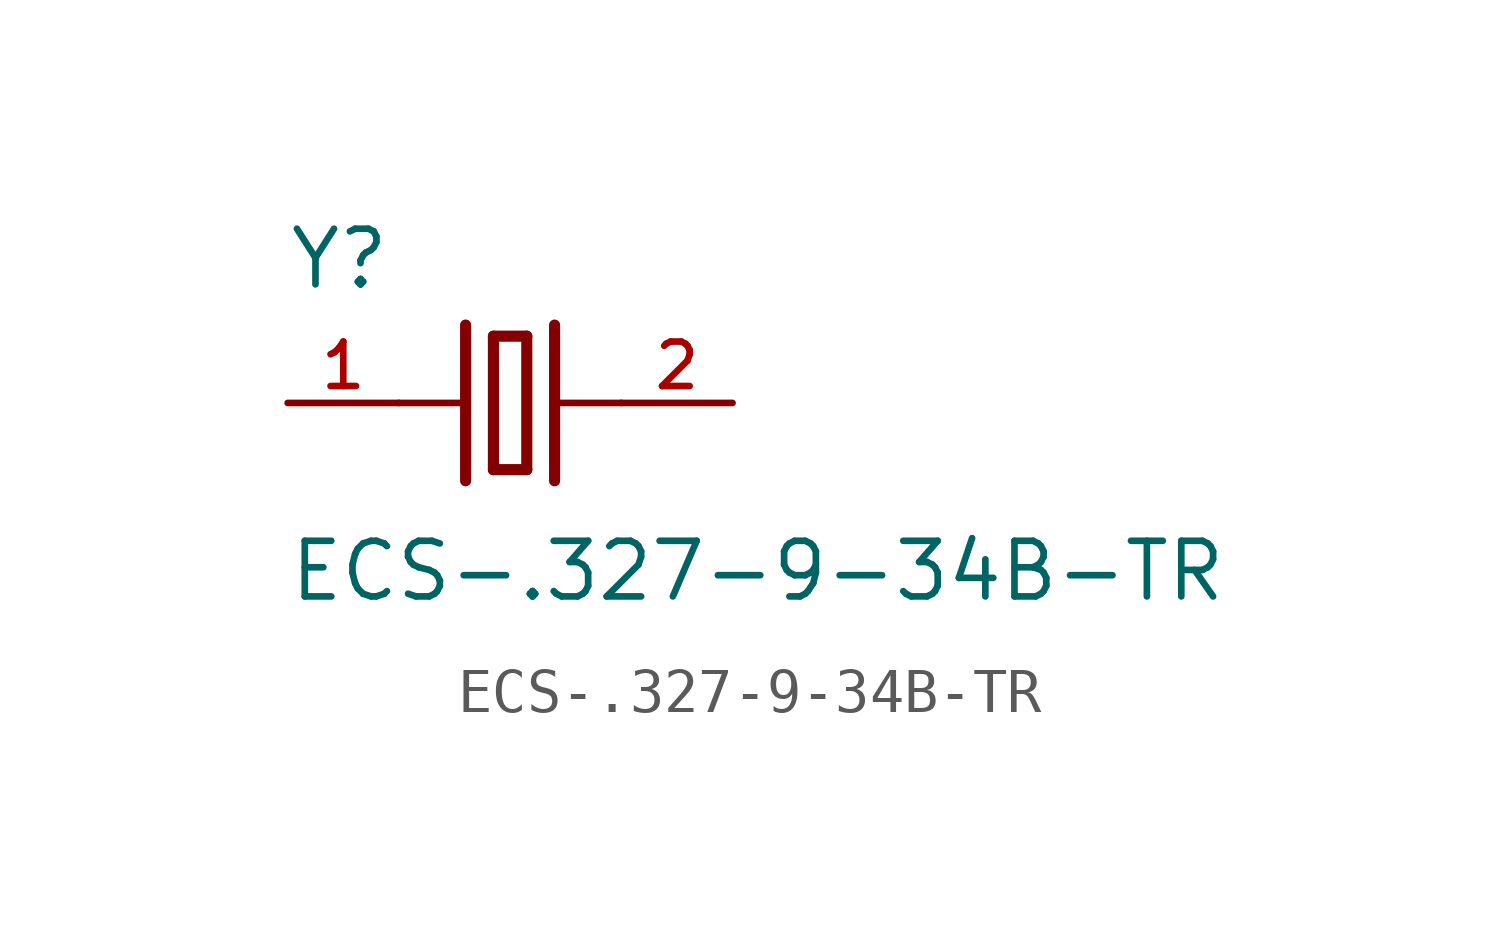
<source format=kicad_sym>
(kicad_symbol_lib
  (version 20211014)
  (generator kicad_symbol_editor)
  (symbol "ECS-.327-9-34B-TR"
    (pin_names
      (offset 1.016))
    (property "Reference" "Y"
      (at -5.089 2.545 0)
      (effects (font (size 1.27 1.27)) (justify bottom left)))
    (property "Value" "ECS-.327-9-34B-TR"
      (at -5.091 -4.582 0)
      (effects (font (size 1.27 1.27)) (justify bottom left)))
    (symbol "ECS-.327-9-34B-TR_0_0"
      (polyline (pts (xy 1.016 0.0) (xy 2.54 0.0)) (stroke (width 0.152)))
      (polyline (pts (xy -2.54 0.0) (xy -1.016 0.0)) (stroke (width 0.152)))
      (polyline (pts (xy -0.381 1.524) (xy -0.381 -1.524)) (stroke (width 0.254)))
      (polyline (pts (xy -0.381 -1.524) (xy 0.381 -1.524)) (stroke (width 0.254)))
      (polyline (pts (xy 0.381 -1.524) (xy 0.381 1.524)) (stroke (width 0.254)))
      (polyline (pts (xy 0.381 1.524) (xy -0.381 1.524)) (stroke (width 0.254)))
      (polyline (pts (xy 1.016 1.778) (xy 1.016 -1.778)) (stroke (width 0.254)))
      (polyline (pts (xy -1.016 1.778) (xy -1.016 -1.778)) (stroke (width 0.254)))
      (pin passive line (at 5.08 0.0 180.0) (length 2.54) (name "~" (effects (font (size 1.016 1.016)))) (number "2" (effects (font (size 1.016 1.016)))))
      (pin passive line (at -5.08 0.0 0) (length 2.54) (name "~" (effects (font (size 1.016 1.016)))) (number "1" (effects (font (size 1.016 1.016))))))))
</source>
